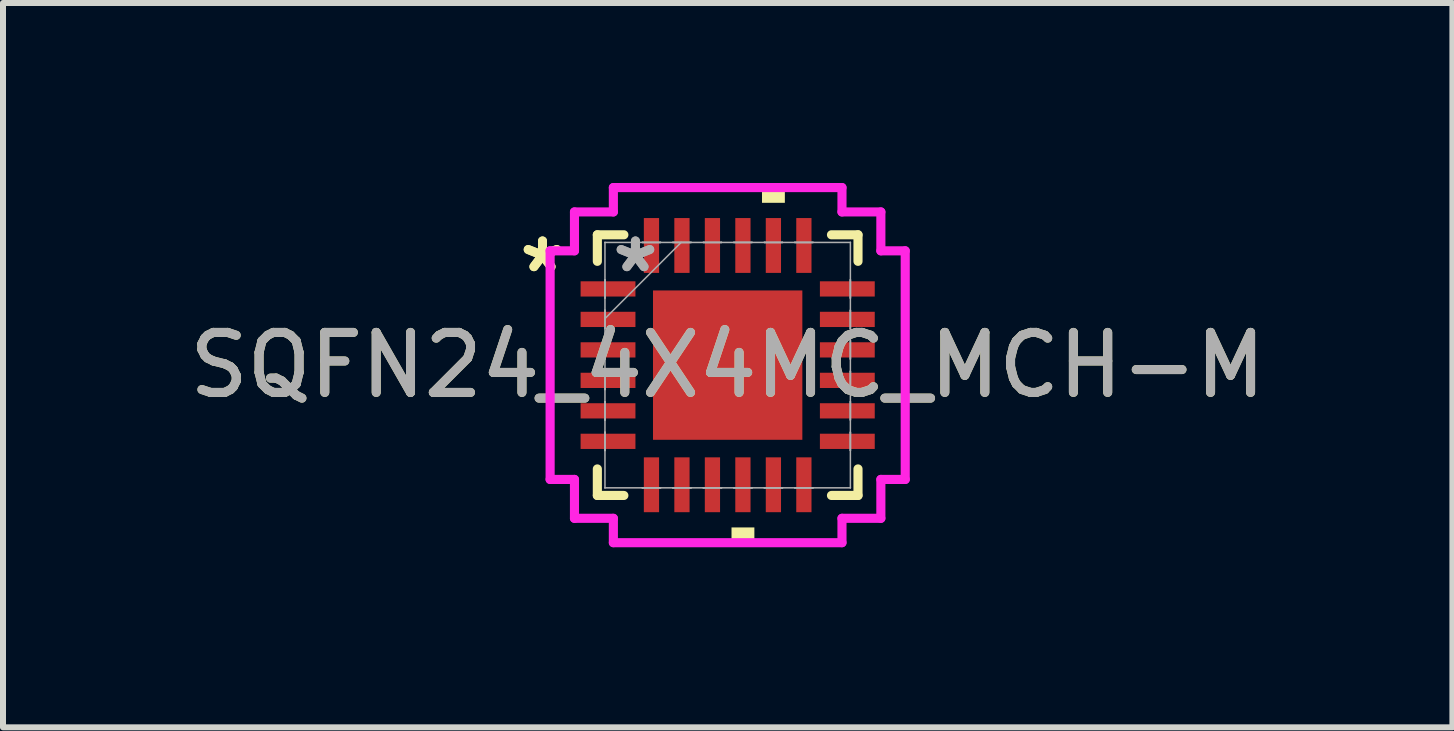
<source format=kicad_pcb>
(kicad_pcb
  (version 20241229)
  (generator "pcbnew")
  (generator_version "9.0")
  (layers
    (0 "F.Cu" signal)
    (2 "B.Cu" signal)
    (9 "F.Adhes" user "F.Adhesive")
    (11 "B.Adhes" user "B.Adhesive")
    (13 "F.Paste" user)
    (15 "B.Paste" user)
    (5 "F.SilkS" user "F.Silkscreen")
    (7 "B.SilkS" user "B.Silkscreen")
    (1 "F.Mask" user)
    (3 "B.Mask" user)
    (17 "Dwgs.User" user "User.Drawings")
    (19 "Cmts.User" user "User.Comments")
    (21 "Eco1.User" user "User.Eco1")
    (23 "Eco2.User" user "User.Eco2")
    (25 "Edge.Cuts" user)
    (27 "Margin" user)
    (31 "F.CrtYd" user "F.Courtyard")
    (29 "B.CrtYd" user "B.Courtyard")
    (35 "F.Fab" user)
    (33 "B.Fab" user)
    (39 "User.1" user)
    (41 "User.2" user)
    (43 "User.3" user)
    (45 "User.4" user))
  (footprint "SQFN24_4X4MC_MCH-M"
    (layer "F.Cu")
    (at 9.077 3.035)
    (property "Reference" "SQFN24_4X4MC_MCH-M" (at 0 0 0) (unlocked yes) (layer "F.SilkS") (effects (font (size 1 1) (thickness 0.15))))
    (attr smd)
    (fp_line (start -2.172 -2.172) (end -2.172 -1.73) (stroke (width 0.152) (type solid)) (layer "F.SilkS"))
    (fp_line (start -2.172 1.73) (end -2.172 2.172) (stroke (width 0.152) (type solid)) (layer "F.SilkS"))
    (fp_line (start -2.172 2.172) (end -1.73 2.172) (stroke (width 0.152) (type solid)) (layer "F.SilkS"))
    (fp_line (start -1.73 -2.172) (end -2.172 -2.172) (stroke (width 0.152) (type solid)) (layer "F.SilkS"))
    (fp_line (start 1.73 2.172) (end 2.172 2.172) (stroke (width 0.152) (type solid)) (layer "F.SilkS"))
    (fp_line (start 2.172 -2.172) (end 1.73 -2.172) (stroke (width 0.152) (type solid)) (layer "F.SilkS"))
    (fp_line (start 2.172 -1.73) (end 2.172 -2.172) (stroke (width 0.152) (type solid)) (layer "F.SilkS"))
    (fp_line (start 2.172 2.172) (end 2.172 1.73) (stroke (width 0.152) (type solid)) (layer "F.SilkS"))
    (fp_poly (pts (xy 0.064 2.705) (xy 0.064 2.959) (xy 0.445 2.959) (xy 0.445 2.705)) (stroke (width 0) (type solid)) (fill yes) (layer "F.SilkS"))
    (fp_poly (pts (xy 0.572 -2.705) (xy 0.572 -2.959) (xy 0.953 -2.959) (xy 0.953 -2.705)) (stroke (width 0) (type solid)) (fill yes) (layer "F.SilkS"))
    (fp_line (start -2.959 -1.905) (end -2.553 -1.905) (stroke (width 0.152) (type solid)) (layer "F.CrtYd"))
    (fp_line (start -2.959 1.905) (end -2.959 -1.905) (stroke (width 0.152) (type solid)) (layer "F.CrtYd"))
    (fp_line (start -2.553 -2.553) (end -1.905 -2.553) (stroke (width 0.152) (type solid)) (layer "F.CrtYd"))
    (fp_line (start -2.553 -1.905) (end -2.553 -2.553) (stroke (width 0.152) (type solid)) (layer "F.CrtYd"))
    (fp_line (start -2.553 1.905) (end -2.959 1.905) (stroke (width 0.152) (type solid)) (layer "F.CrtYd"))
    (fp_line (start -2.553 2.553) (end -2.553 1.905) (stroke (width 0.152) (type solid)) (layer "F.CrtYd"))
    (fp_line (start -1.905 -2.959) (end 1.905 -2.959) (stroke (width 0.152) (type solid)) (layer "F.CrtYd"))
    (fp_line (start -1.905 -2.553) (end -1.905 -2.959) (stroke (width 0.152) (type solid)) (layer "F.CrtYd"))
    (fp_line (start -1.905 2.553) (end -2.553 2.553) (stroke (width 0.152) (type solid)) (layer "F.CrtYd"))
    (fp_line (start -1.905 2.959) (end -1.905 2.553) (stroke (width 0.152) (type solid)) (layer "F.CrtYd"))
    (fp_line (start 1.905 -2.959) (end 1.905 -2.553) (stroke (width 0.152) (type solid)) (layer "F.CrtYd"))
    (fp_line (start 1.905 -2.553) (end 2.553 -2.553) (stroke (width 0.152) (type solid)) (layer "F.CrtYd"))
    (fp_line (start 1.905 2.553) (end 1.905 2.959) (stroke (width 0.152) (type solid)) (layer "F.CrtYd"))
    (fp_line (start 1.905 2.959) (end -1.905 2.959) (stroke (width 0.152) (type solid)) (layer "F.CrtYd"))
    (fp_line (start 2.553 -2.553) (end 2.553 -1.905) (stroke (width 0.152) (type solid)) (layer "F.CrtYd"))
    (fp_line (start 2.553 -1.905) (end 2.959 -1.905) (stroke (width 0.152) (type solid)) (layer "F.CrtYd"))
    (fp_line (start 2.553 1.905) (end 2.553 2.553) (stroke (width 0.152) (type solid)) (layer "F.CrtYd"))
    (fp_line (start 2.553 2.553) (end 1.905 2.553) (stroke (width 0.152) (type solid)) (layer "F.CrtYd"))
    (fp_line (start 2.959 -1.905) (end 2.959 1.905) (stroke (width 0.152) (type solid)) (layer "F.CrtYd"))
    (fp_line (start 2.959 1.905) (end 2.553 1.905) (stroke (width 0.152) (type solid)) (layer "F.CrtYd"))
    (fp_line (start -2.045 -2.045) (end -2.045 -2.045) (stroke (width 0.025) (type solid)) (layer "F.Fab"))
    (fp_line (start -2.045 -2.045) (end -2.045 2.045) (stroke (width 0.025) (type solid)) (layer "F.Fab"))
    (fp_line (start -2.045 -1.422) (end -2.045 -1.422) (stroke (width 0.025) (type solid)) (layer "F.Fab"))
    (fp_line (start -2.045 -1.422) (end -2.045 -1.118) (stroke (width 0.025) (type solid)) (layer "F.Fab"))
    (fp_line (start -2.045 -1.118) (end -2.045 -1.422) (stroke (width 0.025) (type solid)) (layer "F.Fab"))
    (fp_line (start -2.045 -1.118) (end -2.045 -1.118) (stroke (width 0.025) (type solid)) (layer "F.Fab"))
    (fp_line (start -2.045 -0.914) (end -2.045 -0.914) (stroke (width 0.025) (type solid)) (layer "F.Fab"))
    (fp_line (start -2.045 -0.914) (end -2.045 -0.61) (stroke (width 0.025) (type solid)) (layer "F.Fab"))
    (fp_line (start -2.045 -0.775) (end -0.775 -2.045) (stroke (width 0.025) (type solid)) (layer "F.Fab"))
    (fp_line (start -2.045 -0.61) (end -2.045 -0.914) (stroke (width 0.025) (type solid)) (layer "F.Fab"))
    (fp_line (start -2.045 -0.61) (end -2.045 -0.61) (stroke (width 0.025) (type solid)) (layer "F.Fab"))
    (fp_line (start -2.045 -0.406) (end -2.045 -0.406) (stroke (width 0.025) (type solid)) (layer "F.Fab"))
    (fp_line (start -2.045 -0.406) (end -2.045 -0.102) (stroke (width 0.025) (type solid)) (layer "F.Fab"))
    (fp_line (start -2.045 -0.102) (end -2.045 -0.406) (stroke (width 0.025) (type solid)) (layer "F.Fab"))
    (fp_line (start -2.045 -0.102) (end -2.045 -0.102) (stroke (width 0.025) (type solid)) (layer "F.Fab"))
    (fp_line (start -2.045 0.102) (end -2.045 0.102) (stroke (width 0.025) (type solid)) (layer "F.Fab"))
    (fp_line (start -2.045 0.102) (end -2.045 0.406) (stroke (width 0.025) (type solid)) (layer "F.Fab"))
    (fp_line (start -2.045 0.406) (end -2.045 0.102) (stroke (width 0.025) (type solid)) (layer "F.Fab"))
    (fp_line (start -2.045 0.406) (end -2.045 0.406) (stroke (width 0.025) (type solid)) (layer "F.Fab"))
    (fp_line (start -2.045 0.61) (end -2.045 0.61) (stroke (width 0.025) (type solid)) (layer "F.Fab"))
    (fp_line (start -2.045 0.61) (end -2.045 0.914) (stroke (width 0.025) (type solid)) (layer "F.Fab"))
    (fp_line (start -2.045 0.914) (end -2.045 0.61) (stroke (width 0.025) (type solid)) (layer "F.Fab"))
    (fp_line (start -2.045 0.914) (end -2.045 0.914) (stroke (width 0.025) (type solid)) (layer "F.Fab"))
    (fp_line (start -2.045 1.118) (end -2.045 1.118) (stroke (width 0.025) (type solid)) (layer "F.Fab"))
    (fp_line (start -2.045 1.118) (end -2.045 1.422) (stroke (width 0.025) (type solid)) (layer "F.Fab"))
    (fp_line (start -2.045 1.422) (end -2.045 1.118) (stroke (width 0.025) (type solid)) (layer "F.Fab"))
    (fp_line (start -2.045 1.422) (end -2.045 1.422) (stroke (width 0.025) (type solid)) (layer "F.Fab"))
    (fp_line (start -2.045 2.045) (end -2.045 2.045) (stroke (width 0.025) (type solid)) (layer "F.Fab"))
    (fp_line (start -2.045 2.045) (end 2.045 2.045) (stroke (width 0.025) (type solid)) (layer "F.Fab"))
    (fp_line (start -1.422 -2.045) (end -1.422 -2.045) (stroke (width 0.025) (type solid)) (layer "F.Fab"))
    (fp_line (start -1.422 -2.045) (end -1.118 -2.045) (stroke (width 0.025) (type solid)) (layer "F.Fab"))
    (fp_line (start -1.422 2.045) (end -1.422 2.045) (stroke (width 0.025) (type solid)) (layer "F.Fab"))
    (fp_line (start -1.422 2.045) (end -1.118 2.045) (stroke (width 0.025) (type solid)) (layer "F.Fab"))
    (fp_line (start -1.118 -2.045) (end -1.422 -2.045) (stroke (width 0.025) (type solid)) (layer "F.Fab"))
    (fp_line (start -1.118 -2.045) (end -1.118 -2.045) (stroke (width 0.025) (type solid)) (layer "F.Fab"))
    (fp_line (start -1.118 2.045) (end -1.422 2.045) (stroke (width 0.025) (type solid)) (layer "F.Fab"))
    (fp_line (start -1.118 2.045) (end -1.118 2.045) (stroke (width 0.025) (type solid)) (layer "F.Fab"))
    (fp_line (start -0.914 -2.045) (end -0.914 -2.045) (stroke (width 0.025) (type solid)) (layer "F.Fab"))
    (fp_line (start -0.914 -2.045) (end -0.61 -2.045) (stroke (width 0.025) (type solid)) (layer "F.Fab"))
    (fp_line (start -0.914 2.045) (end -0.914 2.045) (stroke (width 0.025) (type solid)) (layer "F.Fab"))
    (fp_line (start -0.914 2.045) (end -0.61 2.045) (stroke (width 0.025) (type solid)) (layer "F.Fab"))
    (fp_line (start -0.61 -2.045) (end -0.914 -2.045) (stroke (width 0.025) (type solid)) (layer "F.Fab"))
    (fp_line (start -0.61 -2.045) (end -0.61 -2.045) (stroke (width 0.025) (type solid)) (layer "F.Fab"))
    (fp_line (start -0.61 2.045) (end -0.914 2.045) (stroke (width 0.025) (type solid)) (layer "F.Fab"))
    (fp_line (start -0.61 2.045) (end -0.61 2.045) (stroke (width 0.025) (type solid)) (layer "F.Fab"))
    (fp_line (start -0.406 -2.045) (end -0.406 -2.045) (stroke (width 0.025) (type solid)) (layer "F.Fab"))
    (fp_line (start -0.406 -2.045) (end -0.102 -2.045) (stroke (width 0.025) (type solid)) (layer "F.Fab"))
    (fp_line (start -0.406 2.045) (end -0.406 2.045) (stroke (width 0.025) (type solid)) (layer "F.Fab"))
    (fp_line (start -0.406 2.045) (end -0.102 2.045) (stroke (width 0.025) (type solid)) (layer "F.Fab"))
    (fp_line (start -0.102 -2.045) (end -0.406 -2.045) (stroke (width 0.025) (type solid)) (layer "F.Fab"))
    (fp_line (start -0.102 -2.045) (end -0.102 -2.045) (stroke (width 0.025) (type solid)) (layer "F.Fab"))
    (fp_line (start -0.102 2.045) (end -0.406 2.045) (stroke (width 0.025) (type solid)) (layer "F.Fab"))
    (fp_line (start -0.102 2.045) (end -0.102 2.045) (stroke (width 0.025) (type solid)) (layer "F.Fab"))
    (fp_line (start 0.102 -2.045) (end 0.102 -2.045) (stroke (width 0.025) (type solid)) (layer "F.Fab"))
    (fp_line (start 0.102 -2.045) (end 0.406 -2.045) (stroke (width 0.025) (type solid)) (layer "F.Fab"))
    (fp_line (start 0.102 2.045) (end 0.102 2.045) (stroke (width 0.025) (type solid)) (layer "F.Fab"))
    (fp_line (start 0.102 2.045) (end 0.406 2.045) (stroke (width 0.025) (type solid)) (layer "F.Fab"))
    (fp_line (start 0.406 -2.045) (end 0.102 -2.045) (stroke (width 0.025) (type solid)) (layer "F.Fab"))
    (fp_line (start 0.406 -2.045) (end 0.406 -2.045) (stroke (width 0.025) (type solid)) (layer "F.Fab"))
    (fp_line (start 0.406 2.045) (end 0.102 2.045) (stroke (width 0.025) (type solid)) (layer "F.Fab"))
    (fp_line (start 0.406 2.045) (end 0.406 2.045) (stroke (width 0.025) (type solid)) (layer "F.Fab"))
    (fp_line (start 0.61 -2.045) (end 0.61 -2.045) (stroke (width 0.025) (type solid)) (layer "F.Fab"))
    (fp_line (start 0.61 -2.045) (end 0.914 -2.045) (stroke (width 0.025) (type solid)) (layer "F.Fab"))
    (fp_line (start 0.61 2.045) (end 0.61 2.045) (stroke (width 0.025) (type solid)) (layer "F.Fab"))
    (fp_line (start 0.61 2.045) (end 0.914 2.045) (stroke (width 0.025) (type solid)) (layer "F.Fab"))
    (fp_line (start 0.914 -2.045) (end 0.61 -2.045) (stroke (width 0.025) (type solid)) (layer "F.Fab"))
    (fp_line (start 0.914 -2.045) (end 0.914 -2.045) (stroke (width 0.025) (type solid)) (layer "F.Fab"))
    (fp_line (start 0.914 2.045) (end 0.61 2.045) (stroke (width 0.025) (type solid)) (layer "F.Fab"))
    (fp_line (start 0.914 2.045) (end 0.914 2.045) (stroke (width 0.025) (type solid)) (layer "F.Fab"))
    (fp_line (start 1.118 -2.045) (end 1.118 -2.045) (stroke (width 0.025) (type solid)) (layer "F.Fab"))
    (fp_line (start 1.118 -2.045) (end 1.422 -2.045) (stroke (width 0.025) (type solid)) (layer "F.Fab"))
    (fp_line (start 1.118 2.045) (end 1.118 2.045) (stroke (width 0.025) (type solid)) (layer "F.Fab"))
    (fp_line (start 1.118 2.045) (end 1.422 2.045) (stroke (width 0.025) (type solid)) (layer "F.Fab"))
    (fp_line (start 1.422 -2.045) (end 1.118 -2.045) (stroke (width 0.025) (type solid)) (layer "F.Fab"))
    (fp_line (start 1.422 -2.045) (end 1.422 -2.045) (stroke (width 0.025) (type solid)) (layer "F.Fab"))
    (fp_line (start 1.422 2.045) (end 1.118 2.045) (stroke (width 0.025) (type solid)) (layer "F.Fab"))
    (fp_line (start 1.422 2.045) (end 1.422 2.045) (stroke (width 0.025) (type solid)) (layer "F.Fab"))
    (fp_line (start 2.045 -2.045) (end -2.045 -2.045) (stroke (width 0.025) (type solid)) (layer "F.Fab"))
    (fp_line (start 2.045 -2.045) (end 2.045 -2.045) (stroke (width 0.025) (type solid)) (layer "F.Fab"))
    (fp_line (start 2.045 -1.422) (end 2.045 -1.422) (stroke (width 0.025) (type solid)) (layer "F.Fab"))
    (fp_line (start 2.045 -1.422) (end 2.045 -1.118) (stroke (width 0.025) (type solid)) (layer "F.Fab"))
    (fp_line (start 2.045 -1.118) (end 2.045 -1.422) (stroke (width 0.025) (type solid)) (layer "F.Fab"))
    (fp_line (start 2.045 -1.118) (end 2.045 -1.118) (stroke (width 0.025) (type solid)) (layer "F.Fab"))
    (fp_line (start 2.045 -0.914) (end 2.045 -0.914) (stroke (width 0.025) (type solid)) (layer "F.Fab"))
    (fp_line (start 2.045 -0.914) (end 2.045 -0.61) (stroke (width 0.025) (type solid)) (layer "F.Fab"))
    (fp_line (start 2.045 -0.61) (end 2.045 -0.914) (stroke (width 0.025) (type solid)) (layer "F.Fab"))
    (fp_line (start 2.045 -0.61) (end 2.045 -0.61) (stroke (width 0.025) (type solid)) (layer "F.Fab"))
    (fp_line (start 2.045 -0.406) (end 2.045 -0.406) (stroke (width 0.025) (type solid)) (layer "F.Fab"))
    (fp_line (start 2.045 -0.406) (end 2.045 -0.102) (stroke (width 0.025) (type solid)) (layer "F.Fab"))
    (fp_line (start 2.045 -0.102) (end 2.045 -0.406) (stroke (width 0.025) (type solid)) (layer "F.Fab"))
    (fp_line (start 2.045 -0.102) (end 2.045 -0.102) (stroke (width 0.025) (type solid)) (layer "F.Fab"))
    (fp_line (start 2.045 0.102) (end 2.045 0.102) (stroke (width 0.025) (type solid)) (layer "F.Fab"))
    (fp_line (start 2.045 0.102) (end 2.045 0.406) (stroke (width 0.025) (type solid)) (layer "F.Fab"))
    (fp_line (start 2.045 0.406) (end 2.045 0.102) (stroke (width 0.025) (type solid)) (layer "F.Fab"))
    (fp_line (start 2.045 0.406) (end 2.045 0.406) (stroke (width 0.025) (type solid)) (layer "F.Fab"))
    (fp_line (start 2.045 0.61) (end 2.045 0.61) (stroke (width 0.025) (type solid)) (layer "F.Fab"))
    (fp_line (start 2.045 0.61) (end 2.045 0.914) (stroke (width 0.025) (type solid)) (layer "F.Fab"))
    (fp_line (start 2.045 0.914) (end 2.045 0.61) (stroke (width 0.025) (type solid)) (layer "F.Fab"))
    (fp_line (start 2.045 0.914) (end 2.045 0.914) (stroke (width 0.025) (type solid)) (layer "F.Fab"))
    (fp_line (start 2.045 1.118) (end 2.045 1.118) (stroke (width 0.025) (type solid)) (layer "F.Fab"))
    (fp_line (start 2.045 1.118) (end 2.045 1.422) (stroke (width 0.025) (type solid)) (layer "F.Fab"))
    (fp_line (start 2.045 1.422) (end 2.045 1.118) (stroke (width 0.025) (type solid)) (layer "F.Fab"))
    (fp_line (start 2.045 1.422) (end 2.045 1.422) (stroke (width 0.025) (type solid)) (layer "F.Fab"))
    (fp_line (start 2.045 2.045) (end 2.045 -2.045) (stroke (width 0.025) (type solid)) (layer "F.Fab"))
    (fp_line (start 2.045 2.045) (end 2.045 2.045) (stroke (width 0.025) (type solid)) (layer "F.Fab"))
    (fp_text user "*" (at -3.086 -1.524 0) (unlocked yes) (layer "F.SilkS") (effects (font (size 1 1) (thickness 0.15))))
    (fp_text user "*" (at -3.086 -1.524 0) (layer "F.SilkS") (effects (font (size 1 1) (thickness 0.15))))
    (fp_text user "*" (at -1.537 -1.524 0) (layer "F.Fab") (effects (font (size 1 1) (thickness 0.15))))
    (fp_text user "*" (at -1.537 -1.524 0) (unlocked yes) (layer "F.Fab") (effects (font (size 1 1) (thickness 0.15))))
    (fp_text user "${REFERENCE}" (at 0 0 0) (unlocked yes) (layer "F.Fab") (effects (font (size 1 1) (thickness 0.15))))
    (pad "1" smd rect (at -1.994 -1.27 90) (size 0.254 0.914) (layers "F.Cu" "F.Mask" "F.Paste"))
    (pad "2" smd rect (at -1.994 -0.762 90) (size 0.254 0.914) (layers "F.Cu" "F.Mask" "F.Paste"))
    (pad "3" smd rect (at -1.994 -0.254 90) (size 0.254 0.914) (layers "F.Cu" "F.Mask" "F.Paste"))
    (pad "4" smd rect (at -1.994 0.254 90) (size 0.254 0.914) (layers "F.Cu" "F.Mask" "F.Paste"))
    (pad "5" smd rect (at -1.994 0.762 90) (size 0.254 0.914) (layers "F.Cu" "F.Mask" "F.Paste"))
    (pad "6" smd rect (at -1.994 1.27 90) (size 0.254 0.914) (layers "F.Cu" "F.Mask" "F.Paste"))
    (pad "7" smd rect (at -1.27 1.994) (size 0.254 0.914) (layers "F.Cu" "F.Mask" "F.Paste"))
    (pad "8" smd rect (at -0.762 1.994) (size 0.254 0.914) (layers "F.Cu" "F.Mask" "F.Paste"))
    (pad "9" smd rect (at -0.254 1.994) (size 0.254 0.914) (layers "F.Cu" "F.Mask" "F.Paste"))
    (pad "10" smd rect (at 0.254 1.994) (size 0.254 0.914) (layers "F.Cu" "F.Mask" "F.Paste"))
    (pad "11" smd rect (at 0.762 1.994) (size 0.254 0.914) (layers "F.Cu" "F.Mask" "F.Paste"))
    (pad "12" smd rect (at 1.27 1.994) (size 0.254 0.914) (layers "F.Cu" "F.Mask" "F.Paste"))
    (pad "13" smd rect (at 1.994 1.27 90) (size 0.254 0.914) (layers "F.Cu" "F.Mask" "F.Paste"))
    (pad "14" smd rect (at 1.994 0.762 90) (size 0.254 0.914) (layers "F.Cu" "F.Mask" "F.Paste"))
    (pad "15" smd rect (at 1.994 0.254 90) (size 0.254 0.914) (layers "F.Cu" "F.Mask" "F.Paste"))
    (pad "16" smd rect (at 1.994 -0.254 90) (size 0.254 0.914) (layers "F.Cu" "F.Mask" "F.Paste"))
    (pad "17" smd rect (at 1.994 -0.762 90) (size 0.254 0.914) (layers "F.Cu" "F.Mask" "F.Paste"))
    (pad "18" smd rect (at 1.994 -1.27 90) (size 0.254 0.914) (layers "F.Cu" "F.Mask" "F.Paste"))
    (pad "19" smd rect (at 1.27 -1.994) (size 0.254 0.914) (layers "F.Cu" "F.Mask" "F.Paste"))
    (pad "20" smd rect (at 0.762 -1.994) (size 0.254 0.914) (layers "F.Cu" "F.Mask" "F.Paste"))
    (pad "21" smd rect (at 0.254 -1.994) (size 0.254 0.914) (layers "F.Cu" "F.Mask" "F.Paste"))
    (pad "22" smd rect (at -0.254 -1.994) (size 0.254 0.914) (layers "F.Cu" "F.Mask" "F.Paste"))
    (pad "23" smd rect (at -0.762 -1.994) (size 0.254 0.914) (layers "F.Cu" "F.Mask" "F.Paste"))
    (pad "24" smd rect (at -1.27 -1.994) (size 0.254 0.914) (layers "F.Cu" "F.Mask" "F.Paste"))
    (pad "25" smd rect (at 0 0) (size 2.489 2.489) (layers "F.Cu" "F.Mask" "F.Paste")))
  (gr_rect
    (start -3 -3)
    (end 21.155 9.071)
    (stroke (width 0.1) (type default))
    (fill no)
    (layer "Edge.Cuts")))
</source>
